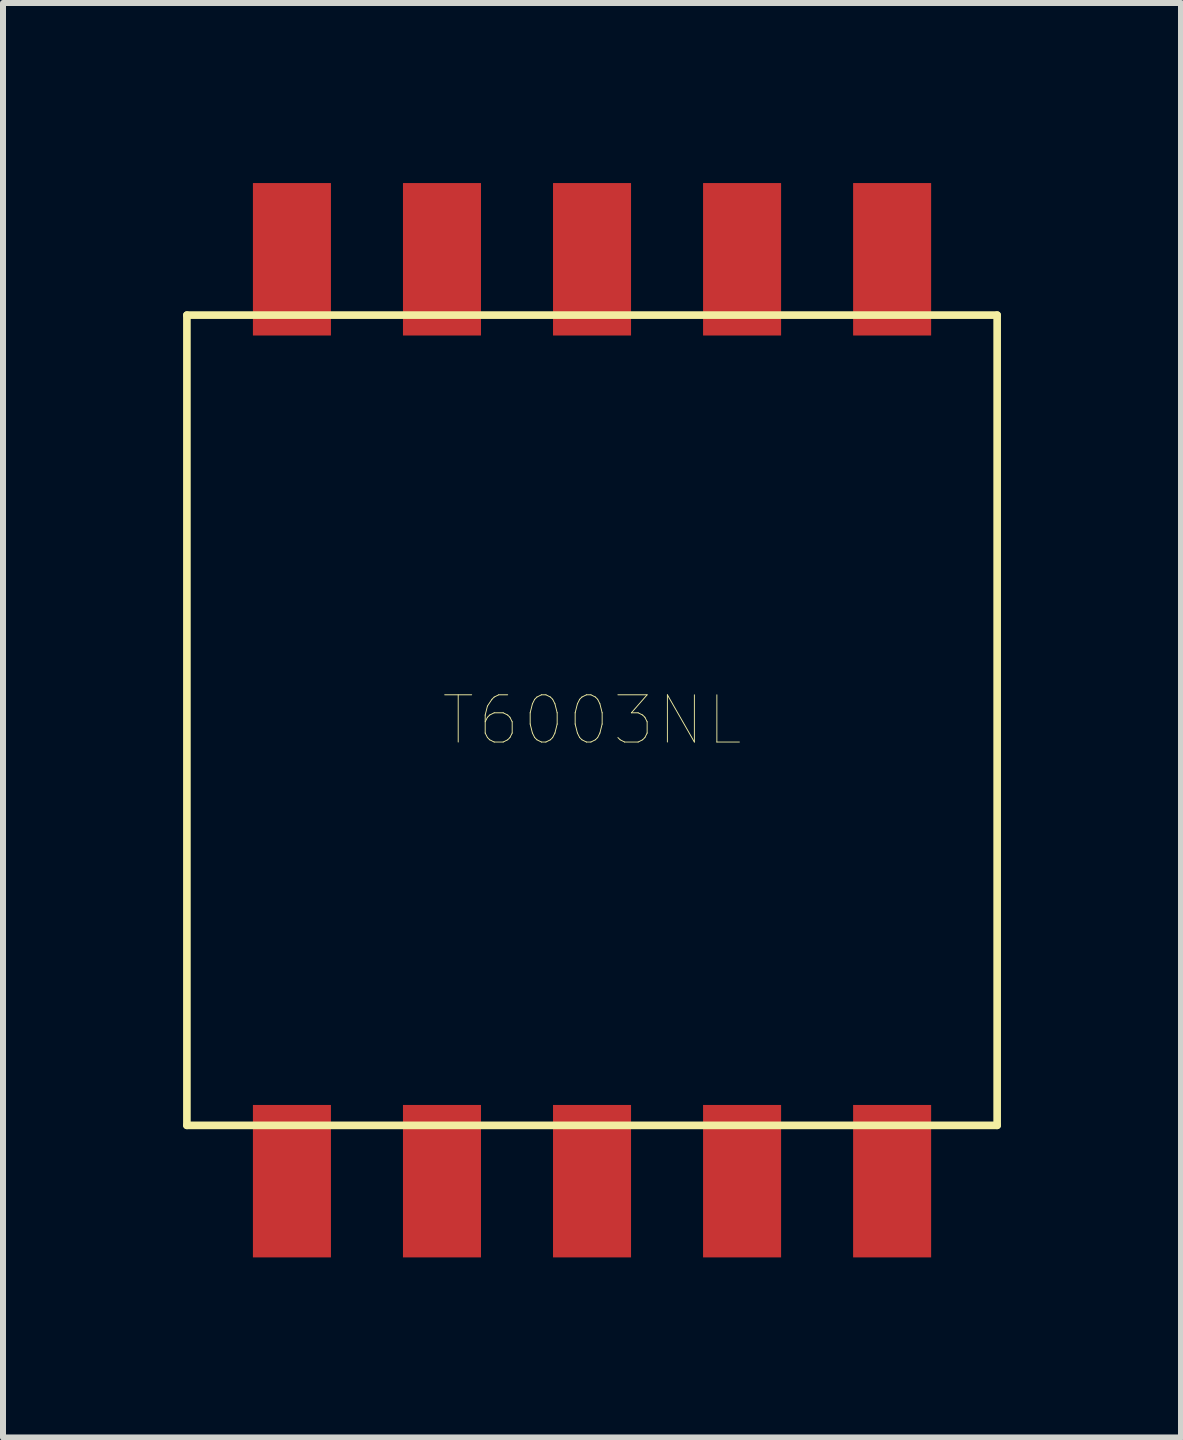
<source format=kicad_pcb>
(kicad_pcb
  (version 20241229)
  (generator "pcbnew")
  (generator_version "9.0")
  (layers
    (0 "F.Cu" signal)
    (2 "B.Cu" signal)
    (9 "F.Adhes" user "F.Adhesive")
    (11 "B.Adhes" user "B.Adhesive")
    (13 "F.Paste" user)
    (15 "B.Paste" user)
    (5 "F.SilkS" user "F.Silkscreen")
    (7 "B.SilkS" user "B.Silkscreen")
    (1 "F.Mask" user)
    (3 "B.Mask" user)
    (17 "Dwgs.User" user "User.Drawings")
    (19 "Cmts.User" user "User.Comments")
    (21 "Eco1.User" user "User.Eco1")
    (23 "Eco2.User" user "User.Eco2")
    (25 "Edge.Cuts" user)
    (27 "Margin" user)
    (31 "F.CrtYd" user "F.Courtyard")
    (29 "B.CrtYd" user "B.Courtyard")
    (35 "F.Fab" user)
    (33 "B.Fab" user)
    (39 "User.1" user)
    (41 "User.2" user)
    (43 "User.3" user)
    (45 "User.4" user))
  (footprint "T6003NL"
    (layer "F.Cu")
    (at 6.814 8.95)
    (property "Reference" "T6003NL" (at 0 0 0) (layer "F.SilkS") (effects (font (size 0.787 0.787) (thickness 0.015))))
    (attr through_hole)
    (fp_line (start -6.75 -6.75) (end -6.75 6.75) (stroke (width 0.127) (type solid)) (layer "F.SilkS"))
    (fp_line (start -6.75 6.75) (end 6.75 6.75) (stroke (width 0.127) (type solid)) (layer "F.SilkS"))
    (fp_line (start 6.75 -6.75) (end -6.75 -6.75) (stroke (width 0.127) (type solid)) (layer "F.SilkS"))
    (fp_line (start 6.75 6.75) (end 6.75 -6.75) (stroke (width 0.127) (type solid)) (layer "F.SilkS"))
    (pad "P$1" smd rect (at -5 7.68) (size 1.3 2.54) (layers "F.Cu" "F.Mask" "F.Paste"))
    (pad "P$2" smd rect (at -2.5 7.68) (size 1.3 2.54) (layers "F.Cu" "F.Mask" "F.Paste"))
    (pad "P$3" smd rect (at 0 7.68) (size 1.3 2.54) (layers "F.Cu" "F.Mask" "F.Paste"))
    (pad "P$4" smd rect (at 2.5 7.68) (size 1.3 2.54) (layers "F.Cu" "F.Mask" "F.Paste"))
    (pad "P$5" smd rect (at 5 7.68) (size 1.3 2.54) (layers "F.Cu" "F.Mask" "F.Paste"))
    (pad "P$6" smd rect (at 5 -7.68) (size 1.3 2.54) (layers "F.Cu" "F.Mask" "F.Paste"))
    (pad "P$7" smd rect (at 2.5 -7.68) (size 1.3 2.54) (layers "F.Cu" "F.Mask" "F.Paste"))
    (pad "P$8" smd rect (at 0 -7.68) (size 1.3 2.54) (layers "F.Cu" "F.Mask" "F.Paste"))
    (pad "P$9" smd rect (at -2.5 -7.68) (size 1.3 2.54) (layers "F.Cu" "F.Mask" "F.Paste"))
    (pad "P$10" smd rect (at -5 -7.68) (size 1.3 2.54) (layers "F.Cu" "F.Mask" "F.Paste")))
  (gr_rect
    (start -3 -3)
    (end 16.627 20.9)
    (stroke (width 0.1) (type default))
    (fill no)
    (layer "Edge.Cuts")))
</source>
